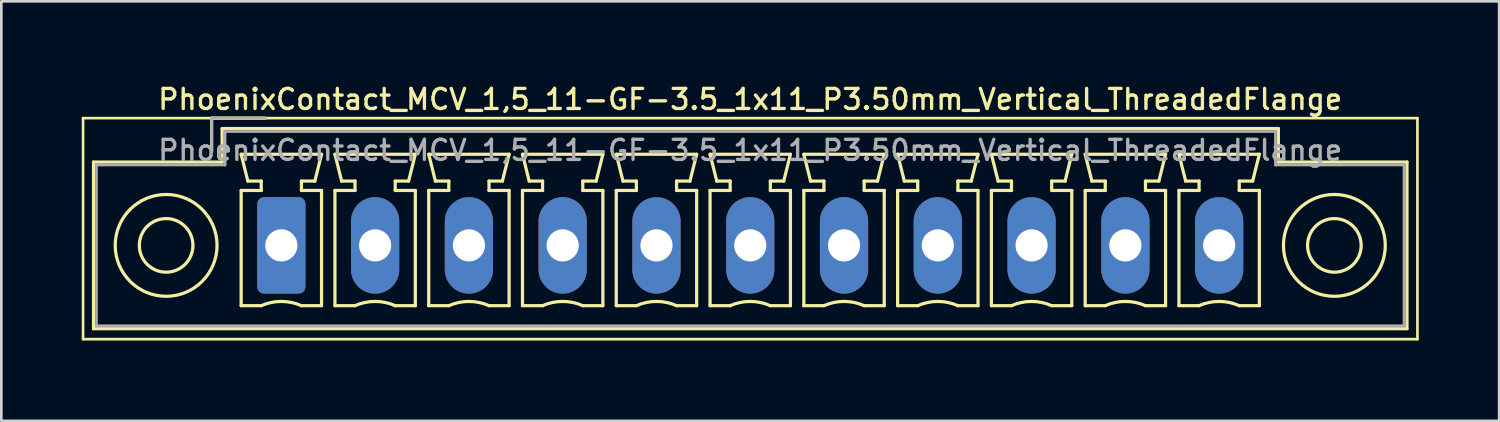
<source format=kicad_pcb>
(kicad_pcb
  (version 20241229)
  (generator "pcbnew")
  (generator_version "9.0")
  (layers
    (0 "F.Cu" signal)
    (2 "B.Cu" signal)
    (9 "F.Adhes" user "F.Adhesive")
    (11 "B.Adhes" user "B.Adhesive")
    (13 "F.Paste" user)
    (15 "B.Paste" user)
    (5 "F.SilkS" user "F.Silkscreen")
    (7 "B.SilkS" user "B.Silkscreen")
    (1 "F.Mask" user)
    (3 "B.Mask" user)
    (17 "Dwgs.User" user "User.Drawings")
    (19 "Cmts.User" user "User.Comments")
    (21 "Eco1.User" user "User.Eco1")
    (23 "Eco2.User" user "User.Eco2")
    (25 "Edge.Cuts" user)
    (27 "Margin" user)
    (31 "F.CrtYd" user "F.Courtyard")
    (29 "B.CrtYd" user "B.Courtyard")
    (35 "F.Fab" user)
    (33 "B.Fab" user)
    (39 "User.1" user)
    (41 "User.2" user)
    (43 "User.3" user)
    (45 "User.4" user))
  (footprint "PhoenixContact_MCV_1,5_11-GF-3.5_1x11_P3.50mm_Vertical_ThreadedFlange"
    (layer "F.Cu")
    (at 7.45 6.108)
    (property "Reference" "PhoenixContact_MCV_1,5_11-GF-3.5_1x11_P3.50mm_Vertical_ThreadedFlange" (at 17.5 -5.45 0) (layer "F.SilkS") (effects (font (size 0.75 0.75) (thickness 0.125))))
    (attr through_hole)
    (fp_line (start -7.4 -4.75) (end -7.4 3.5) (stroke (width 0.1) (type solid)) (layer "F.SilkS"))
    (fp_line (start -7.4 3.5) (end 42.4 3.5) (stroke (width 0.1) (type solid)) (layer "F.SilkS"))
    (fp_line (start -7.01 -3.11) (end -7.01 3.11) (stroke (width 0.12) (type solid)) (layer "F.SilkS"))
    (fp_line (start -7.01 3.11) (end 42.01 3.11) (stroke (width 0.12) (type solid)) (layer "F.SilkS"))
    (fp_line (start -2.6 -4.75) (end -0.6 -4.75) (stroke (width 0.12) (type solid)) (layer "F.SilkS"))
    (fp_line (start -2.6 -3.5) (end -2.6 -4.75) (stroke (width 0.12) (type solid)) (layer "F.SilkS"))
    (fp_line (start -2.21 -4.36) (end -2.21 -3.11) (stroke (width 0.12) (type solid)) (layer "F.SilkS"))
    (fp_line (start -2.21 -3.11) (end -7.01 -3.11) (stroke (width 0.12) (type solid)) (layer "F.SilkS"))
    (fp_line (start -1.5 -3.4) (end 1.5 -3.4) (stroke (width 0.12) (type solid)) (layer "F.SilkS"))
    (fp_line (start -1.5 -2.05) (end -0.75 -2.05) (stroke (width 0.12) (type solid)) (layer "F.SilkS"))
    (fp_line (start -1.5 2.25) (end -1.5 -2.05) (stroke (width 0.12) (type solid)) (layer "F.SilkS"))
    (fp_line (start -1.25 -2.4) (end -1.5 -3.4) (stroke (width 0.12) (type solid)) (layer "F.SilkS"))
    (fp_line (start -0.75 -2.4) (end -1.25 -2.4) (stroke (width 0.12) (type solid)) (layer "F.SilkS"))
    (fp_line (start -0.75 -2.05) (end -0.75 -2.4) (stroke (width 0.12) (type solid)) (layer "F.SilkS"))
    (fp_line (start -0.75 2.25) (end -1.5 2.25) (stroke (width 0.12) (type solid)) (layer "F.SilkS"))
    (fp_line (start 0.75 -2.4) (end 0.75 -2.05) (stroke (width 0.12) (type solid)) (layer "F.SilkS"))
    (fp_line (start 0.75 -2.05) (end 1.5 -2.05) (stroke (width 0.12) (type solid)) (layer "F.SilkS"))
    (fp_line (start 1.25 -2.4) (end 0.75 -2.4) (stroke (width 0.12) (type solid)) (layer "F.SilkS"))
    (fp_line (start 1.5 -3.4) (end 1.25 -2.4) (stroke (width 0.12) (type solid)) (layer "F.SilkS"))
    (fp_line (start 1.5 -2.05) (end 1.5 2.25) (stroke (width 0.12) (type solid)) (layer "F.SilkS"))
    (fp_line (start 1.5 2.25) (end 0.75 2.25) (stroke (width 0.12) (type solid)) (layer "F.SilkS"))
    (fp_line (start 2 -3.4) (end 5 -3.4) (stroke (width 0.12) (type solid)) (layer "F.SilkS"))
    (fp_line (start 2 -2.05) (end 2.75 -2.05) (stroke (width 0.12) (type solid)) (layer "F.SilkS"))
    (fp_line (start 2 2.25) (end 2 -2.05) (stroke (width 0.12) (type solid)) (layer "F.SilkS"))
    (fp_line (start 2.25 -2.4) (end 2 -3.4) (stroke (width 0.12) (type solid)) (layer "F.SilkS"))
    (fp_line (start 2.75 -2.4) (end 2.25 -2.4) (stroke (width 0.12) (type solid)) (layer "F.SilkS"))
    (fp_line (start 2.75 -2.05) (end 2.75 -2.4) (stroke (width 0.12) (type solid)) (layer "F.SilkS"))
    (fp_line (start 2.75 2.25) (end 2 2.25) (stroke (width 0.12) (type solid)) (layer "F.SilkS"))
    (fp_line (start 4.25 -2.4) (end 4.25 -2.05) (stroke (width 0.12) (type solid)) (layer "F.SilkS"))
    (fp_line (start 4.25 -2.05) (end 5 -2.05) (stroke (width 0.12) (type solid)) (layer "F.SilkS"))
    (fp_line (start 4.75 -2.4) (end 4.25 -2.4) (stroke (width 0.12) (type solid)) (layer "F.SilkS"))
    (fp_line (start 5 -3.4) (end 4.75 -2.4) (stroke (width 0.12) (type solid)) (layer "F.SilkS"))
    (fp_line (start 5 -2.05) (end 5 2.25) (stroke (width 0.12) (type solid)) (layer "F.SilkS"))
    (fp_line (start 5 2.25) (end 4.25 2.25) (stroke (width 0.12) (type solid)) (layer "F.SilkS"))
    (fp_line (start 5.5 -3.4) (end 8.5 -3.4) (stroke (width 0.12) (type solid)) (layer "F.SilkS"))
    (fp_line (start 5.5 -2.05) (end 6.25 -2.05) (stroke (width 0.12) (type solid)) (layer "F.SilkS"))
    (fp_line (start 5.5 2.25) (end 5.5 -2.05) (stroke (width 0.12) (type solid)) (layer "F.SilkS"))
    (fp_line (start 5.75 -2.4) (end 5.5 -3.4) (stroke (width 0.12) (type solid)) (layer "F.SilkS"))
    (fp_line (start 6.25 -2.4) (end 5.75 -2.4) (stroke (width 0.12) (type solid)) (layer "F.SilkS"))
    (fp_line (start 6.25 -2.05) (end 6.25 -2.4) (stroke (width 0.12) (type solid)) (layer "F.SilkS"))
    (fp_line (start 6.25 2.25) (end 5.5 2.25) (stroke (width 0.12) (type solid)) (layer "F.SilkS"))
    (fp_line (start 7.75 -2.4) (end 7.75 -2.05) (stroke (width 0.12) (type solid)) (layer "F.SilkS"))
    (fp_line (start 7.75 -2.05) (end 8.5 -2.05) (stroke (width 0.12) (type solid)) (layer "F.SilkS"))
    (fp_line (start 8.25 -2.4) (end 7.75 -2.4) (stroke (width 0.12) (type solid)) (layer "F.SilkS"))
    (fp_line (start 8.5 -3.4) (end 8.25 -2.4) (stroke (width 0.12) (type solid)) (layer "F.SilkS"))
    (fp_line (start 8.5 -2.05) (end 8.5 2.25) (stroke (width 0.12) (type solid)) (layer "F.SilkS"))
    (fp_line (start 8.5 2.25) (end 7.75 2.25) (stroke (width 0.12) (type solid)) (layer "F.SilkS"))
    (fp_line (start 9 -3.4) (end 12 -3.4) (stroke (width 0.12) (type solid)) (layer "F.SilkS"))
    (fp_line (start 9 -2.05) (end 9.75 -2.05) (stroke (width 0.12) (type solid)) (layer "F.SilkS"))
    (fp_line (start 9 2.25) (end 9 -2.05) (stroke (width 0.12) (type solid)) (layer "F.SilkS"))
    (fp_line (start 9.25 -2.4) (end 9 -3.4) (stroke (width 0.12) (type solid)) (layer "F.SilkS"))
    (fp_line (start 9.75 -2.4) (end 9.25 -2.4) (stroke (width 0.12) (type solid)) (layer "F.SilkS"))
    (fp_line (start 9.75 -2.05) (end 9.75 -2.4) (stroke (width 0.12) (type solid)) (layer "F.SilkS"))
    (fp_line (start 9.75 2.25) (end 9 2.25) (stroke (width 0.12) (type solid)) (layer "F.SilkS"))
    (fp_line (start 11.25 -2.4) (end 11.25 -2.05) (stroke (width 0.12) (type solid)) (layer "F.SilkS"))
    (fp_line (start 11.25 -2.05) (end 12 -2.05) (stroke (width 0.12) (type solid)) (layer "F.SilkS"))
    (fp_line (start 11.75 -2.4) (end 11.25 -2.4) (stroke (width 0.12) (type solid)) (layer "F.SilkS"))
    (fp_line (start 12 -3.4) (end 11.75 -2.4) (stroke (width 0.12) (type solid)) (layer "F.SilkS"))
    (fp_line (start 12 -2.05) (end 12 2.25) (stroke (width 0.12) (type solid)) (layer "F.SilkS"))
    (fp_line (start 12 2.25) (end 11.25 2.25) (stroke (width 0.12) (type solid)) (layer "F.SilkS"))
    (fp_line (start 12.5 -3.4) (end 15.5 -3.4) (stroke (width 0.12) (type solid)) (layer "F.SilkS"))
    (fp_line (start 12.5 -2.05) (end 13.25 -2.05) (stroke (width 0.12) (type solid)) (layer "F.SilkS"))
    (fp_line (start 12.5 2.25) (end 12.5 -2.05) (stroke (width 0.12) (type solid)) (layer "F.SilkS"))
    (fp_line (start 12.75 -2.4) (end 12.5 -3.4) (stroke (width 0.12) (type solid)) (layer "F.SilkS"))
    (fp_line (start 13.25 -2.4) (end 12.75 -2.4) (stroke (width 0.12) (type solid)) (layer "F.SilkS"))
    (fp_line (start 13.25 -2.05) (end 13.25 -2.4) (stroke (width 0.12) (type solid)) (layer "F.SilkS"))
    (fp_line (start 13.25 2.25) (end 12.5 2.25) (stroke (width 0.12) (type solid)) (layer "F.SilkS"))
    (fp_line (start 14.75 -2.4) (end 14.75 -2.05) (stroke (width 0.12) (type solid)) (layer "F.SilkS"))
    (fp_line (start 14.75 -2.05) (end 15.5 -2.05) (stroke (width 0.12) (type solid)) (layer "F.SilkS"))
    (fp_line (start 15.25 -2.4) (end 14.75 -2.4) (stroke (width 0.12) (type solid)) (layer "F.SilkS"))
    (fp_line (start 15.5 -3.4) (end 15.25 -2.4) (stroke (width 0.12) (type solid)) (layer "F.SilkS"))
    (fp_line (start 15.5 -2.05) (end 15.5 2.25) (stroke (width 0.12) (type solid)) (layer "F.SilkS"))
    (fp_line (start 15.5 2.25) (end 14.75 2.25) (stroke (width 0.12) (type solid)) (layer "F.SilkS"))
    (fp_line (start 16 -3.4) (end 19 -3.4) (stroke (width 0.12) (type solid)) (layer "F.SilkS"))
    (fp_line (start 16 -2.05) (end 16.75 -2.05) (stroke (width 0.12) (type solid)) (layer "F.SilkS"))
    (fp_line (start 16 2.25) (end 16 -2.05) (stroke (width 0.12) (type solid)) (layer "F.SilkS"))
    (fp_line (start 16.25 -2.4) (end 16 -3.4) (stroke (width 0.12) (type solid)) (layer "F.SilkS"))
    (fp_line (start 16.75 -2.4) (end 16.25 -2.4) (stroke (width 0.12) (type solid)) (layer "F.SilkS"))
    (fp_line (start 16.75 -2.05) (end 16.75 -2.4) (stroke (width 0.12) (type solid)) (layer "F.SilkS"))
    (fp_line (start 16.75 2.25) (end 16 2.25) (stroke (width 0.12) (type solid)) (layer "F.SilkS"))
    (fp_line (start 18.25 -2.4) (end 18.25 -2.05) (stroke (width 0.12) (type solid)) (layer "F.SilkS"))
    (fp_line (start 18.25 -2.05) (end 19 -2.05) (stroke (width 0.12) (type solid)) (layer "F.SilkS"))
    (fp_line (start 18.75 -2.4) (end 18.25 -2.4) (stroke (width 0.12) (type solid)) (layer "F.SilkS"))
    (fp_line (start 19 -3.4) (end 18.75 -2.4) (stroke (width 0.12) (type solid)) (layer "F.SilkS"))
    (fp_line (start 19 -2.05) (end 19 2.25) (stroke (width 0.12) (type solid)) (layer "F.SilkS"))
    (fp_line (start 19 2.25) (end 18.25 2.25) (stroke (width 0.12) (type solid)) (layer "F.SilkS"))
    (fp_line (start 19.5 -3.4) (end 22.5 -3.4) (stroke (width 0.12) (type solid)) (layer "F.SilkS"))
    (fp_line (start 19.5 -2.05) (end 20.25 -2.05) (stroke (width 0.12) (type solid)) (layer "F.SilkS"))
    (fp_line (start 19.5 2.25) (end 19.5 -2.05) (stroke (width 0.12) (type solid)) (layer "F.SilkS"))
    (fp_line (start 19.75 -2.4) (end 19.5 -3.4) (stroke (width 0.12) (type solid)) (layer "F.SilkS"))
    (fp_line (start 20.25 -2.4) (end 19.75 -2.4) (stroke (width 0.12) (type solid)) (layer "F.SilkS"))
    (fp_line (start 20.25 -2.05) (end 20.25 -2.4) (stroke (width 0.12) (type solid)) (layer "F.SilkS"))
    (fp_line (start 20.25 2.25) (end 19.5 2.25) (stroke (width 0.12) (type solid)) (layer "F.SilkS"))
    (fp_line (start 21.75 -2.4) (end 21.75 -2.05) (stroke (width 0.12) (type solid)) (layer "F.SilkS"))
    (fp_line (start 21.75 -2.05) (end 22.5 -2.05) (stroke (width 0.12) (type solid)) (layer "F.SilkS"))
    (fp_line (start 22.25 -2.4) (end 21.75 -2.4) (stroke (width 0.12) (type solid)) (layer "F.SilkS"))
    (fp_line (start 22.5 -3.4) (end 22.25 -2.4) (stroke (width 0.12) (type solid)) (layer "F.SilkS"))
    (fp_line (start 22.5 -2.05) (end 22.5 2.25) (stroke (width 0.12) (type solid)) (layer "F.SilkS"))
    (fp_line (start 22.5 2.25) (end 21.75 2.25) (stroke (width 0.12) (type solid)) (layer "F.SilkS"))
    (fp_line (start 23 -3.4) (end 26 -3.4) (stroke (width 0.12) (type solid)) (layer "F.SilkS"))
    (fp_line (start 23 -2.05) (end 23.75 -2.05) (stroke (width 0.12) (type solid)) (layer "F.SilkS"))
    (fp_line (start 23 2.25) (end 23 -2.05) (stroke (width 0.12) (type solid)) (layer "F.SilkS"))
    (fp_line (start 23.25 -2.4) (end 23 -3.4) (stroke (width 0.12) (type solid)) (layer "F.SilkS"))
    (fp_line (start 23.75 -2.4) (end 23.25 -2.4) (stroke (width 0.12) (type solid)) (layer "F.SilkS"))
    (fp_line (start 23.75 -2.05) (end 23.75 -2.4) (stroke (width 0.12) (type solid)) (layer "F.SilkS"))
    (fp_line (start 23.75 2.25) (end 23 2.25) (stroke (width 0.12) (type solid)) (layer "F.SilkS"))
    (fp_line (start 25.25 -2.4) (end 25.25 -2.05) (stroke (width 0.12) (type solid)) (layer "F.SilkS"))
    (fp_line (start 25.25 -2.05) (end 26 -2.05) (stroke (width 0.12) (type solid)) (layer "F.SilkS"))
    (fp_line (start 25.75 -2.4) (end 25.25 -2.4) (stroke (width 0.12) (type solid)) (layer "F.SilkS"))
    (fp_line (start 26 -3.4) (end 25.75 -2.4) (stroke (width 0.12) (type solid)) (layer "F.SilkS"))
    (fp_line (start 26 -2.05) (end 26 2.25) (stroke (width 0.12) (type solid)) (layer "F.SilkS"))
    (fp_line (start 26 2.25) (end 25.25 2.25) (stroke (width 0.12) (type solid)) (layer "F.SilkS"))
    (fp_line (start 26.5 -3.4) (end 29.5 -3.4) (stroke (width 0.12) (type solid)) (layer "F.SilkS"))
    (fp_line (start 26.5 -2.05) (end 27.25 -2.05) (stroke (width 0.12) (type solid)) (layer "F.SilkS"))
    (fp_line (start 26.5 2.25) (end 26.5 -2.05) (stroke (width 0.12) (type solid)) (layer "F.SilkS"))
    (fp_line (start 26.75 -2.4) (end 26.5 -3.4) (stroke (width 0.12) (type solid)) (layer "F.SilkS"))
    (fp_line (start 27.25 -2.4) (end 26.75 -2.4) (stroke (width 0.12) (type solid)) (layer "F.SilkS"))
    (fp_line (start 27.25 -2.05) (end 27.25 -2.4) (stroke (width 0.12) (type solid)) (layer "F.SilkS"))
    (fp_line (start 27.25 2.25) (end 26.5 2.25) (stroke (width 0.12) (type solid)) (layer "F.SilkS"))
    (fp_line (start 28.75 -2.4) (end 28.75 -2.05) (stroke (width 0.12) (type solid)) (layer "F.SilkS"))
    (fp_line (start 28.75 -2.05) (end 29.5 -2.05) (stroke (width 0.12) (type solid)) (layer "F.SilkS"))
    (fp_line (start 29.25 -2.4) (end 28.75 -2.4) (stroke (width 0.12) (type solid)) (layer "F.SilkS"))
    (fp_line (start 29.5 -3.4) (end 29.25 -2.4) (stroke (width 0.12) (type solid)) (layer "F.SilkS"))
    (fp_line (start 29.5 -2.05) (end 29.5 2.25) (stroke (width 0.12) (type solid)) (layer "F.SilkS"))
    (fp_line (start 29.5 2.25) (end 28.75 2.25) (stroke (width 0.12) (type solid)) (layer "F.SilkS"))
    (fp_line (start 30 -3.4) (end 33 -3.4) (stroke (width 0.12) (type solid)) (layer "F.SilkS"))
    (fp_line (start 30 -2.05) (end 30.75 -2.05) (stroke (width 0.12) (type solid)) (layer "F.SilkS"))
    (fp_line (start 30 2.25) (end 30 -2.05) (stroke (width 0.12) (type solid)) (layer "F.SilkS"))
    (fp_line (start 30.25 -2.4) (end 30 -3.4) (stroke (width 0.12) (type solid)) (layer "F.SilkS"))
    (fp_line (start 30.75 -2.4) (end 30.25 -2.4) (stroke (width 0.12) (type solid)) (layer "F.SilkS"))
    (fp_line (start 30.75 -2.05) (end 30.75 -2.4) (stroke (width 0.12) (type solid)) (layer "F.SilkS"))
    (fp_line (start 30.75 2.25) (end 30 2.25) (stroke (width 0.12) (type solid)) (layer "F.SilkS"))
    (fp_line (start 32.25 -2.4) (end 32.25 -2.05) (stroke (width 0.12) (type solid)) (layer "F.SilkS"))
    (fp_line (start 32.25 -2.05) (end 33 -2.05) (stroke (width 0.12) (type solid)) (layer "F.SilkS"))
    (fp_line (start 32.75 -2.4) (end 32.25 -2.4) (stroke (width 0.12) (type solid)) (layer "F.SilkS"))
    (fp_line (start 33 -3.4) (end 32.75 -2.4) (stroke (width 0.12) (type solid)) (layer "F.SilkS"))
    (fp_line (start 33 -2.05) (end 33 2.25) (stroke (width 0.12) (type solid)) (layer "F.SilkS"))
    (fp_line (start 33 2.25) (end 32.25 2.25) (stroke (width 0.12) (type solid)) (layer "F.SilkS"))
    (fp_line (start 33.5 -3.4) (end 36.5 -3.4) (stroke (width 0.12) (type solid)) (layer "F.SilkS"))
    (fp_line (start 33.5 -2.05) (end 34.25 -2.05) (stroke (width 0.12) (type solid)) (layer "F.SilkS"))
    (fp_line (start 33.5 2.25) (end 33.5 -2.05) (stroke (width 0.12) (type solid)) (layer "F.SilkS"))
    (fp_line (start 33.75 -2.4) (end 33.5 -3.4) (stroke (width 0.12) (type solid)) (layer "F.SilkS"))
    (fp_line (start 34.25 -2.4) (end 33.75 -2.4) (stroke (width 0.12) (type solid)) (layer "F.SilkS"))
    (fp_line (start 34.25 -2.05) (end 34.25 -2.4) (stroke (width 0.12) (type solid)) (layer "F.SilkS"))
    (fp_line (start 34.25 2.25) (end 33.5 2.25) (stroke (width 0.12) (type solid)) (layer "F.SilkS"))
    (fp_line (start 35.75 -2.4) (end 35.75 -2.05) (stroke (width 0.12) (type solid)) (layer "F.SilkS"))
    (fp_line (start 35.75 -2.05) (end 36.5 -2.05) (stroke (width 0.12) (type solid)) (layer "F.SilkS"))
    (fp_line (start 36.25 -2.4) (end 35.75 -2.4) (stroke (width 0.12) (type solid)) (layer "F.SilkS"))
    (fp_line (start 36.5 -3.4) (end 36.25 -2.4) (stroke (width 0.12) (type solid)) (layer "F.SilkS"))
    (fp_line (start 36.5 -2.05) (end 36.5 2.25) (stroke (width 0.12) (type solid)) (layer "F.SilkS"))
    (fp_line (start 36.5 2.25) (end 35.75 2.25) (stroke (width 0.12) (type solid)) (layer "F.SilkS"))
    (fp_line (start 37.21 -4.36) (end -2.21 -4.36) (stroke (width 0.12) (type solid)) (layer "F.SilkS"))
    (fp_line (start 37.21 -3.11) (end 37.21 -4.36) (stroke (width 0.12) (type solid)) (layer "F.SilkS"))
    (fp_line (start 42.01 -3.11) (end 37.21 -3.11) (stroke (width 0.12) (type solid)) (layer "F.SilkS"))
    (fp_line (start 42.01 3.11) (end 42.01 -3.11) (stroke (width 0.12) (type solid)) (layer "F.SilkS"))
    (fp_line (start 42.4 -4.75) (end -7.4 -4.75) (stroke (width 0.1) (type solid)) (layer "F.SilkS"))
    (fp_line (start 42.4 3.5) (end 42.4 -4.75) (stroke (width 0.1) (type solid)) (layer "F.SilkS"))
    (fp_arc (start -0.75 2.25) (mid -0.000193 2.09191) (end 0.749647 2.249844) (stroke (width 0.12) (type solid)) (layer "F.SilkS"))
    (fp_arc (start 2.75 2.25) (mid 3.499807 2.09191) (end 4.249647 2.249844) (stroke (width 0.12) (type solid)) (layer "F.SilkS"))
    (fp_arc (start 6.25 2.25) (mid 6.999807 2.09191) (end 7.749647 2.249844) (stroke (width 0.12) (type solid)) (layer "F.SilkS"))
    (fp_arc (start 9.75 2.25) (mid 10.499807 2.09191) (end 11.249647 2.249844) (stroke (width 0.12) (type solid)) (layer "F.SilkS"))
    (fp_arc (start 13.25 2.25) (mid 13.999807 2.09191) (end 14.749647 2.249844) (stroke (width 0.12) (type solid)) (layer "F.SilkS"))
    (fp_arc (start 16.75 2.25) (mid 17.499807 2.09191) (end 18.249647 2.249844) (stroke (width 0.12) (type solid)) (layer "F.SilkS"))
    (fp_arc (start 20.25 2.25) (mid 20.999807 2.09191) (end 21.749647 2.249844) (stroke (width 0.12) (type solid)) (layer "F.SilkS"))
    (fp_arc (start 23.75 2.25) (mid 24.499807 2.09191) (end 25.249647 2.249844) (stroke (width 0.12) (type solid)) (layer "F.SilkS"))
    (fp_arc (start 27.25 2.25) (mid 27.999807 2.09191) (end 28.749647 2.249844) (stroke (width 0.12) (type solid)) (layer "F.SilkS"))
    (fp_arc (start 30.75 2.25) (mid 31.499807 2.09191) (end 32.249647 2.249844) (stroke (width 0.12) (type solid)) (layer "F.SilkS"))
    (fp_arc (start 34.25 2.25) (mid 34.999807 2.09191) (end 35.749647 2.249844) (stroke (width 0.12) (type solid)) (layer "F.SilkS"))
    (fp_circle (center -4.3 0) (end -3.3 0) (stroke (width 0.12) (type solid)) (fill no) (layer "F.SilkS"))
    (fp_circle (center -4.3 0) (end -2.4 0) (stroke (width 0.12) (type solid)) (fill no) (layer "F.SilkS"))
    (fp_circle (center 39.3 0) (end 40.3 0) (stroke (width 0.12) (type solid)) (fill no) (layer "F.SilkS"))
    (fp_circle (center 39.3 0) (end 41.2 0) (stroke (width 0.12) (type solid)) (fill no) (layer "F.SilkS"))
    (fp_line (start -6.9 -3) (end -6.9 3) (stroke (width 0.1) (type solid)) (layer "F.Fab"))
    (fp_line (start -6.9 3) (end 41.9 3) (stroke (width 0.1) (type solid)) (layer "F.Fab"))
    (fp_line (start -2.6 -4.75) (end -0.6 -4.75) (stroke (width 0.1) (type solid)) (layer "F.Fab"))
    (fp_line (start -2.6 -3.5) (end -2.6 -4.75) (stroke (width 0.1) (type solid)) (layer "F.Fab"))
    (fp_line (start -2.1 -4.25) (end -2.1 -3) (stroke (width 0.1) (type solid)) (layer "F.Fab"))
    (fp_line (start -2.1 -3) (end -6.9 -3) (stroke (width 0.1) (type solid)) (layer "F.Fab"))
    (fp_line (start 37.1 -4.25) (end -2.1 -4.25) (stroke (width 0.1) (type solid)) (layer "F.Fab"))
    (fp_line (start 37.1 -3) (end 37.1 -4.25) (stroke (width 0.1) (type solid)) (layer "F.Fab"))
    (fp_line (start 41.9 -3) (end 37.1 -3) (stroke (width 0.1) (type solid)) (layer "F.Fab"))
    (fp_line (start 41.9 3) (end 41.9 -3) (stroke (width 0.1) (type solid)) (layer "F.Fab"))
    (fp_text user "${REFERENCE}" (at 17.5 -3.55 0) (layer "F.Fab") (effects (font (size 0.75 0.75) (thickness 0.125))))
    (pad "1" thru_hole roundrect (at 0 0) (size 1.8 3.6) (drill 1.2) (layers "*.Cu" "*.Mask") (roundrect_rratio 0.139))
    (pad "2" thru_hole oval (at 3.5 0) (size 1.8 3.6) (drill 1.2) (layers "*.Cu" "*.Mask"))
    (pad "3" thru_hole oval (at 7 0) (size 1.8 3.6) (drill 1.2) (layers "*.Cu" "*.Mask"))
    (pad "4" thru_hole oval (at 10.5 0) (size 1.8 3.6) (drill 1.2) (layers "*.Cu" "*.Mask"))
    (pad "5" thru_hole oval (at 14 0) (size 1.8 3.6) (drill 1.2) (layers "*.Cu" "*.Mask"))
    (pad "6" thru_hole oval (at 17.5 0) (size 1.8 3.6) (drill 1.2) (layers "*.Cu" "*.Mask"))
    (pad "7" thru_hole oval (at 21 0) (size 1.8 3.6) (drill 1.2) (layers "*.Cu" "*.Mask"))
    (pad "8" thru_hole oval (at 24.5 0) (size 1.8 3.6) (drill 1.2) (layers "*.Cu" "*.Mask"))
    (pad "9" thru_hole oval (at 28 0) (size 1.8 3.6) (drill 1.2) (layers "*.Cu" "*.Mask"))
    (pad "10" thru_hole oval (at 31.5 0) (size 1.8 3.6) (drill 1.2) (layers "*.Cu" "*.Mask"))
    (pad "11" thru_hole oval (at 35 0) (size 1.8 3.6) (drill 1.2) (layers "*.Cu" "*.Mask")))
  (gr_rect
    (start -3 -3)
    (end 52.9 12.658)
    (stroke (width 0.1) (type default))
    (fill no)
    (layer "Edge.Cuts")))
</source>
